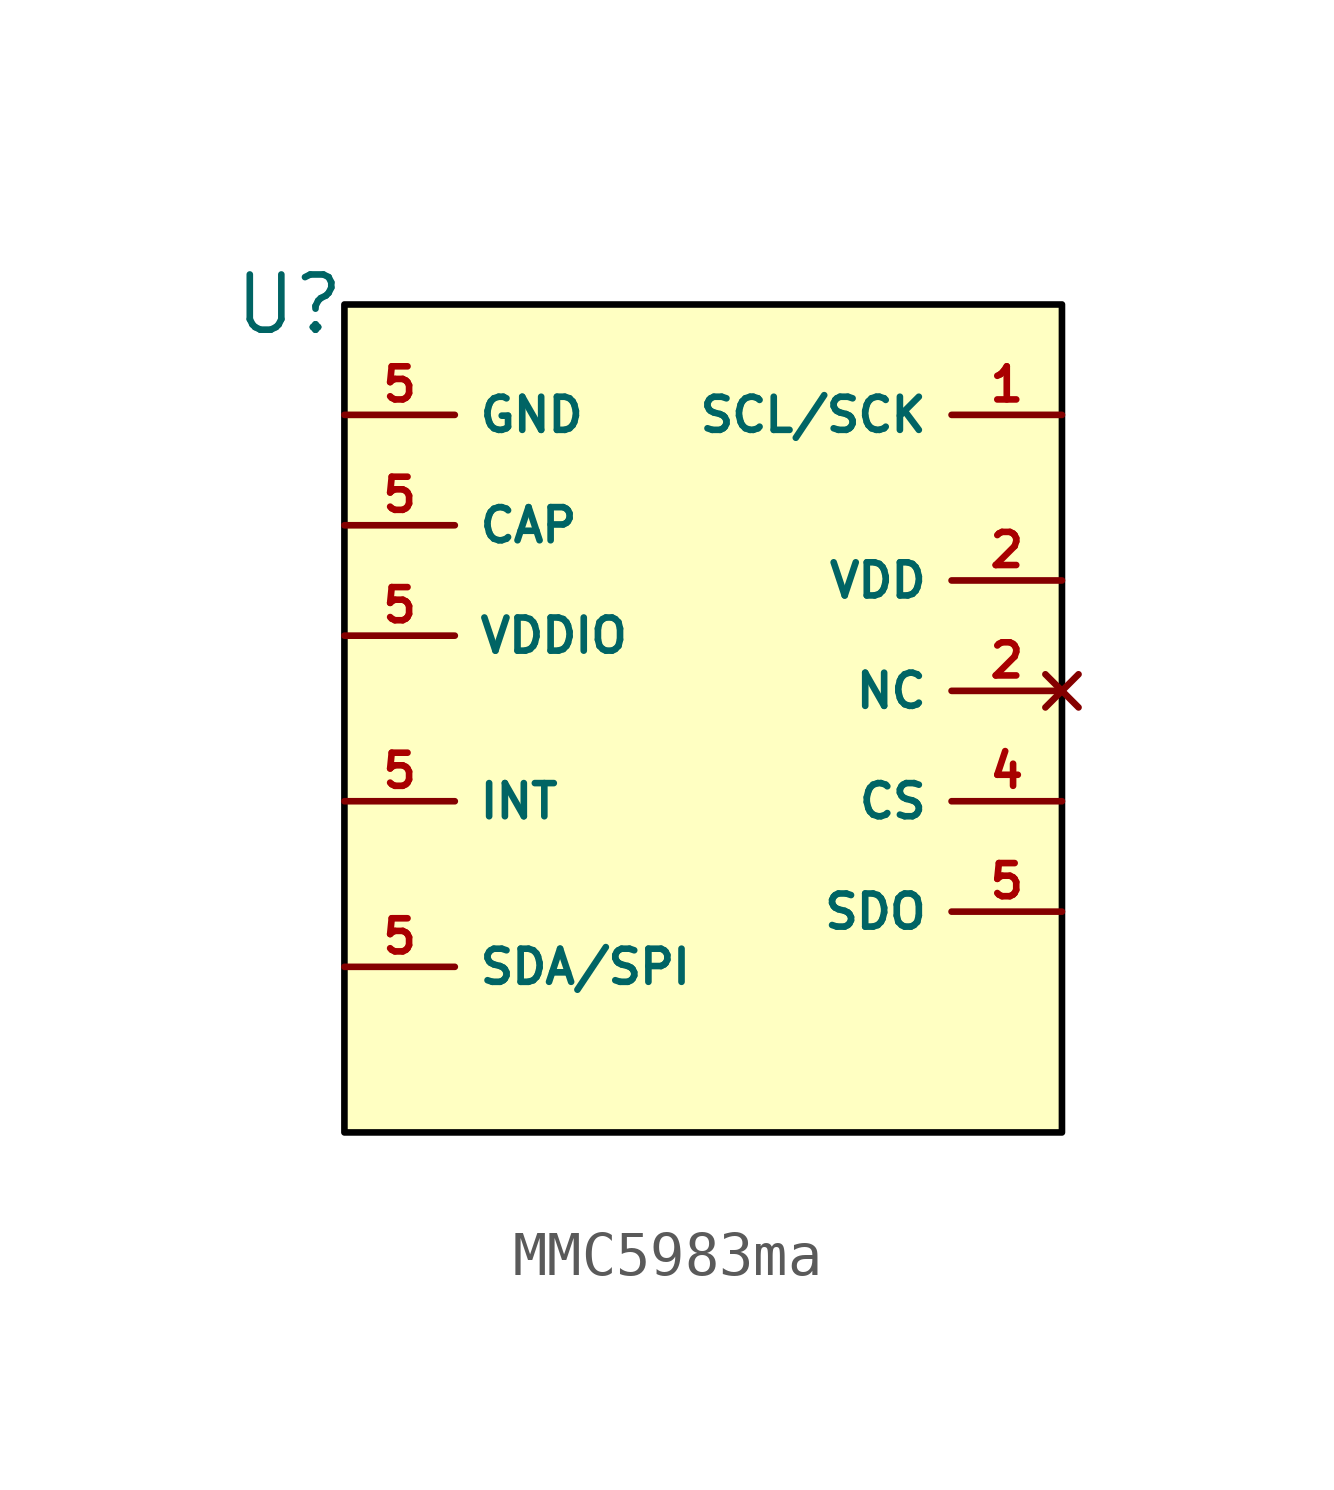
<source format=kicad_sym>
(kicad_symbol_lib
  (version 20241209)
  (generator "kicad_symbol_editor")
  (generator_version "9.0")
  (symbol "MMC5983ma"
    (property "Reference" "U"
      (at 0 0 0)
      (effects (font (size 1.27 1.27))))
    (property "Value" ""
      (at 0 0 0)
      (effects (font (size 1.27 1.27))))
    (symbol "MMC5983ma_1_1"
      (rectangle (start 1.27 0) (end 17.78 -19.05) (stroke (width 0) (type solid) (color 0 0 0 1)) (fill (type color) (color 255 255 194 1)))
      (pin power_out line (at 1.27 -2.54 0) (length 2.54) (name "GND" (effects (font (size 0.762 0.762)))) (number "5" (effects (font (size 0.762 0.762)))))
      (pin power_in line (at 1.27 -5.08 0) (length 2.54) (name "CAP" (effects (font (size 0.762 0.762)))) (number "5" (effects (font (size 0.762 0.762)))))
      (pin power_in line (at 1.27 -7.62 0) (length 2.54) (name "VDDIO" (effects (font (size 0.762 0.762)))) (number "5" (effects (font (size 0.762 0.762)))))
      (pin output line (at 1.27 -11.43 0) (length 2.54) (name "INT" (effects (font (size 0.762 0.762)))) (number "5" (effects (font (size 0.762 0.762)))))
      (pin bidirectional line (at 1.27 -15.24 0) (length 2.54) (name "SDA/SPI" (effects (font (size 0.762 0.762)))) (number "5" (effects (font (size 0.762 0.762)))))
      (pin input line (at 17.78 -2.54 180) (length 2.54) (name "SCL/SCK" (effects (font (size 0.762 0.762)))) (number "1" (effects (font (size 0.762 0.762)))))
      (pin input line (at 17.78 -6.35 180) (length 2.54) (name "VDD" (effects (font (size 0.762 0.762)))) (number "2" (effects (font (size 0.762 0.762)))))
      (pin no_connect line (at 17.78 -8.89 180) (length 2.54) (name "NC" (effects (font (size 0.762 0.762)))) (number "2" (effects (font (size 0.762 0.762)))))
      (pin input line (at 17.78 -11.43 180) (length 2.54) (name "CS" (effects (font (size 0.762 0.762)))) (number "4" (effects (font (size 0.762 0.762)))))
      (pin output line (at 17.78 -13.97 180) (length 2.54) (name "SDO" (effects (font (size 0.762 0.762)))) (number "5" (effects (font (size 0.762 0.762))))))))
</source>
